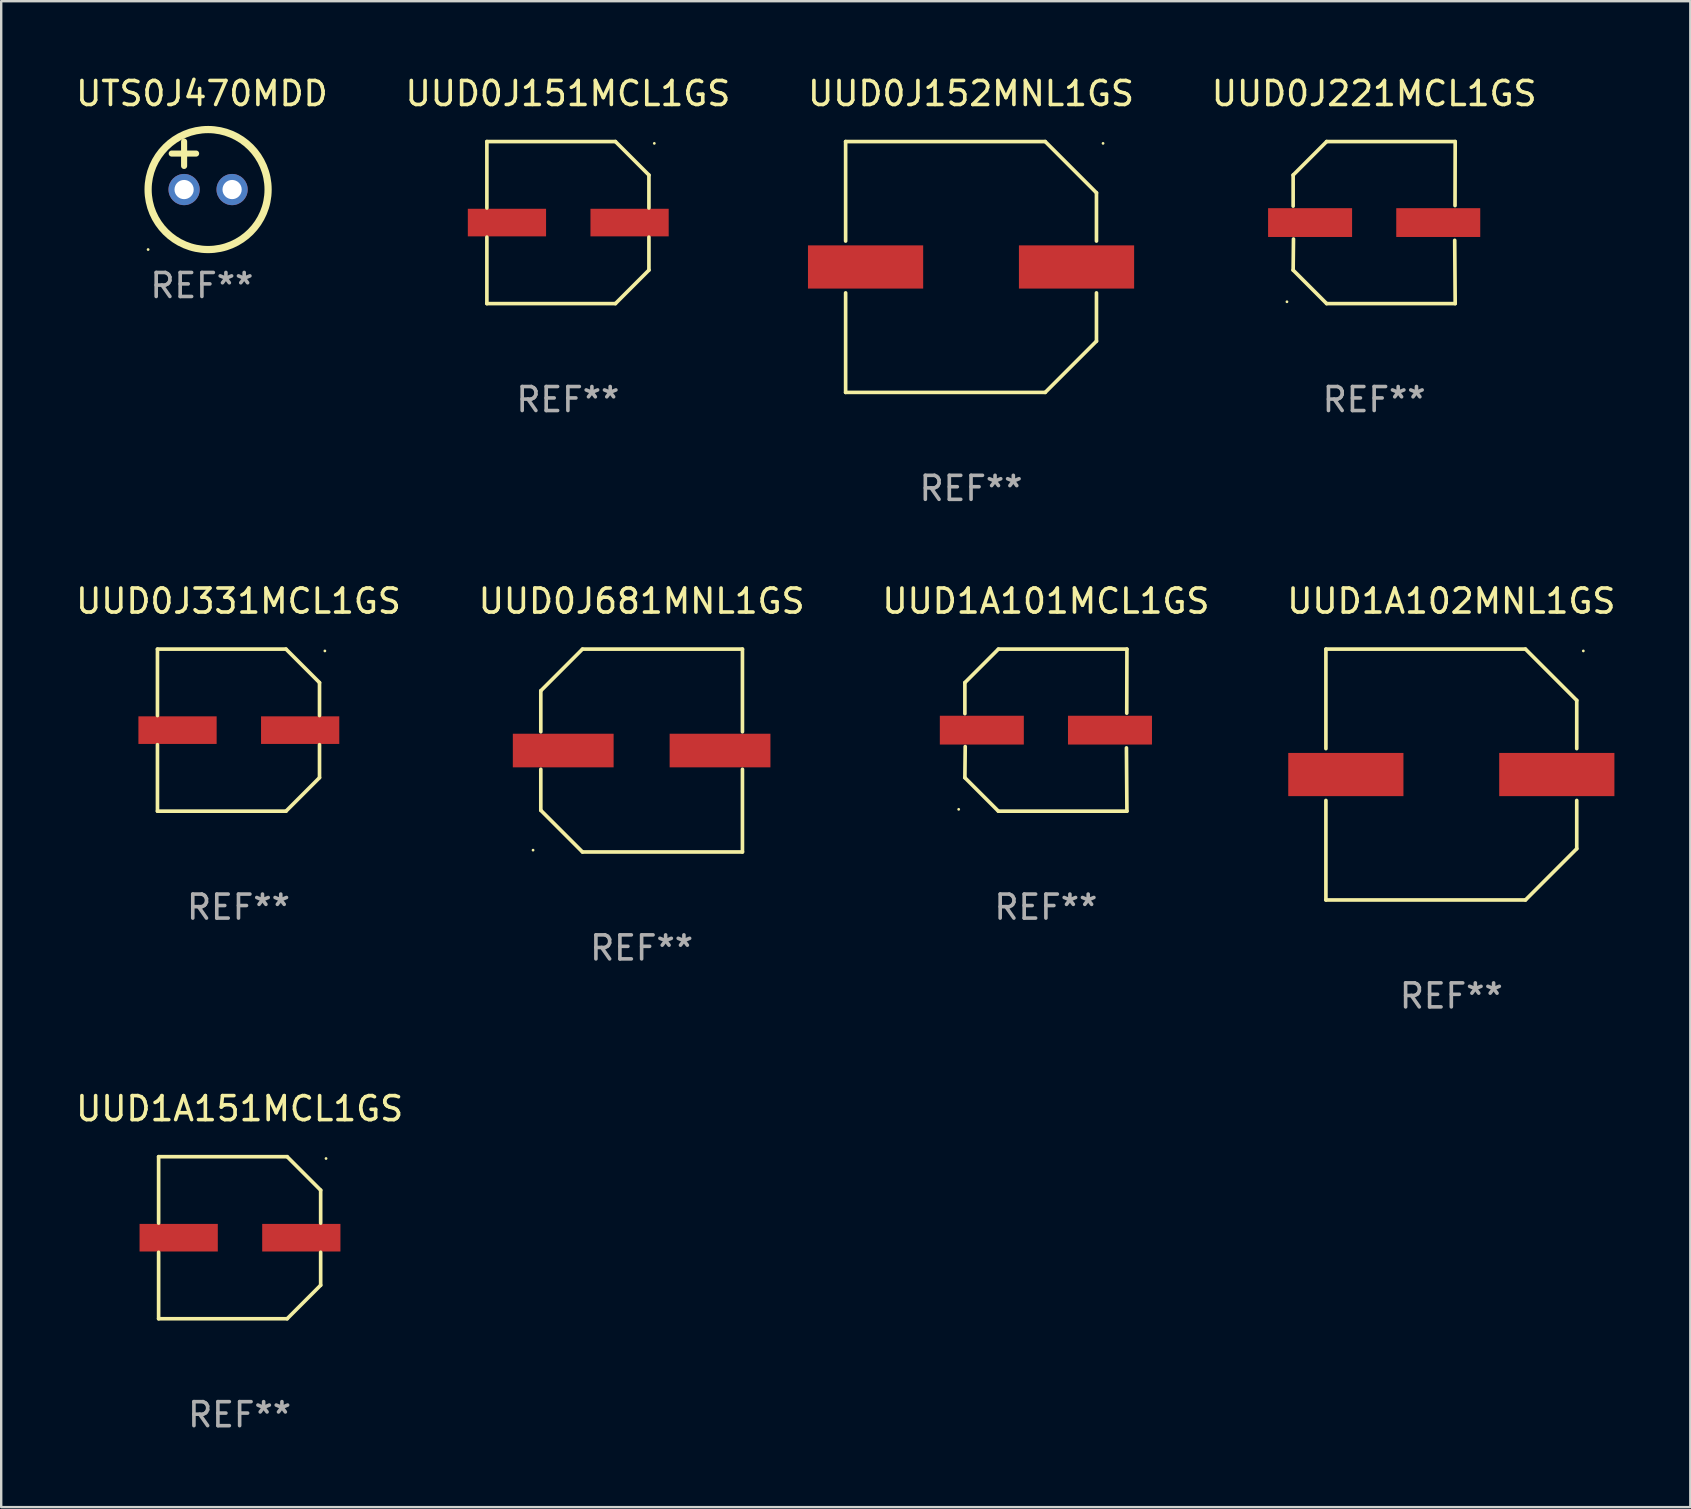
<source format=kicad_pcb>
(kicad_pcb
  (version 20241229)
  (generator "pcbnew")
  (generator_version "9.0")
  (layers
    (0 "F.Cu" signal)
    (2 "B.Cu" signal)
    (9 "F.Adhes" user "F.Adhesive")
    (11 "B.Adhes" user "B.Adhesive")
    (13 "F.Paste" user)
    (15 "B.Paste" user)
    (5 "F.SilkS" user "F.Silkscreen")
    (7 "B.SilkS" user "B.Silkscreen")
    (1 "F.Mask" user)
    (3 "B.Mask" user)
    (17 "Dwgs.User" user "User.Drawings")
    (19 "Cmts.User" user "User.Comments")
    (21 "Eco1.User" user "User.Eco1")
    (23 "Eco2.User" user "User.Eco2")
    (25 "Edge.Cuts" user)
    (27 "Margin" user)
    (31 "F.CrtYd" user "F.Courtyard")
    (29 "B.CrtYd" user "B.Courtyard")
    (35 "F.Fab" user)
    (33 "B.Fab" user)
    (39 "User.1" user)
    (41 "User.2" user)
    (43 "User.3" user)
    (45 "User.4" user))
  (footprint "UUD1A101MCL1GS"
    (layer "F.Cu")
    (at 40.53 27.373)
    (property "Reference" "UUD1A101MCL1GS" (at 0 -5.376 0) (layer "F.SilkS") (effects (font (size 1 1) (thickness 0.15))))
    (attr through_hole)
    (fp_line (start -3.376 -1.98) (end -3.376 -0.686) (stroke (width 0.152) (type solid)) (layer "F.SilkS"))
    (fp_line (start -3.376 1.981) (end -3.362 0.686) (stroke (width 0.152) (type solid)) (layer "F.SilkS"))
    (fp_line (start -1.981 3.376) (end -3.376 1.981) (stroke (width 0.152) (type solid)) (layer "F.SilkS"))
    (fp_line (start -1.98 -3.376) (end -3.376 -1.98) (stroke (width 0.152) (type solid)) (layer "F.SilkS"))
    (fp_line (start 3.356 0.74) (end 3.376 3.376) (stroke (width 0.152) (type solid)) (layer "F.SilkS"))
    (fp_line (start 3.369 -0.707) (end 3.376 -3.376) (stroke (width 0.152) (type solid)) (layer "F.SilkS"))
    (fp_line (start 3.376 3.376) (end -1.981 3.376) (stroke (width 0.152) (type solid)) (layer "F.SilkS"))
    (fp_line (start 3.376 -3.376) (end -1.98 -3.376) (stroke (width 0.152) (type solid)) (layer "F.SilkS"))
    (fp_circle (center -3.634 3.3) (end -3.604 3.3) (stroke (width 0.06) (type solid)) (fill no) (layer "F.SilkS"))
    (fp_text user "REF**" (at 0 7.376 0) (layer "F.Fab") (effects (font (size 1 1) (thickness 0.15))))
    (pad "1" smd rect (at -2.67 0.000254) (size 3.5 1.2) (layers "F.Cu" "F.Mask" "F.Paste"))
    (pad "2" smd rect (at 2.67 0.000254) (size 3.5 1.2) (layers "F.Cu" "F.Mask" "F.Paste")))
  (footprint "UUD1A102MNL1GS"
    (layer "F.Cu")
    (at 57.423 29.223)
    (property "Reference" "UUD1A102MNL1GS" (at 0 -7.226 0) (layer "F.SilkS") (effects (font (size 1 1) (thickness 0.15))))
    (attr through_hole)
    (fp_line (start -5.226 -5.226) (end -5.226 -1.08) (stroke (width 0.152) (type solid)) (layer "F.SilkS"))
    (fp_line (start -5.226 -5.226) (end 3.09 -5.226) (stroke (width 0.152) (type solid)) (layer "F.SilkS"))
    (fp_line (start -5.226 1.08) (end -5.226 5.226) (stroke (width 0.152) (type solid)) (layer "F.SilkS"))
    (fp_line (start -5.226 5.226) (end 3.09 5.226) (stroke (width 0.152) (type solid)) (layer "F.SilkS"))
    (fp_line (start 3.09 -5.226) (end 5.226 -3.09) (stroke (width 0.152) (type solid)) (layer "F.SilkS"))
    (fp_line (start 3.09 5.226) (end 5.226 3.09) (stroke (width 0.152) (type solid)) (layer "F.SilkS"))
    (fp_line (start 5.226 -1.08) (end 5.226 -3.09) (stroke (width 0.152) (type solid)) (layer "F.SilkS"))
    (fp_line (start 5.226 3.09) (end 5.226 1.08) (stroke (width 0.152) (type solid)) (layer "F.SilkS"))
    (fp_circle (center 5.5 -5.15) (end 5.53 -5.15) (stroke (width 0.06) (type solid)) (fill no) (layer "F.SilkS"))
    (fp_text user "REF**" (at 0 9.226 0) (layer "F.Fab") (effects (font (size 1 1) (thickness 0.15))))
    (pad "1" smd rect (at 4.395 0 180) (size 4.8 1.8) (layers "F.Cu" "F.Mask" "F.Paste"))
    (pad "2" smd rect (at -4.395 0 180) (size 4.8 1.8) (layers "F.Cu" "F.Mask" "F.Paste")))
  (footprint "UUD0J151MCL1GS"
    (layer "F.Cu")
    (at 20.613 6.224)
    (property "Reference" "UUD0J151MCL1GS" (at 0 -5.376 0) (layer "F.SilkS") (effects (font (size 1 1) (thickness 0.15))))
    (attr through_hole)
    (fp_line (start -3.376 -3.376) (end 1.98 -3.376) (stroke (width 0.152) (type solid)) (layer "F.SilkS"))
    (fp_line (start -3.376 -0.607) (end -3.376 -3.376) (stroke (width 0.152) (type solid)) (layer "F.SilkS"))
    (fp_line (start -3.376 0.607) (end -3.376 3.376) (stroke (width 0.152) (type solid)) (layer "F.SilkS"))
    (fp_line (start -3.376 3.376) (end 1.98 3.376) (stroke (width 0.152) (type solid)) (layer "F.SilkS"))
    (fp_line (start 1.98 -3.376) (end 3.376 -1.98) (stroke (width 0.152) (type solid)) (layer "F.SilkS"))
    (fp_line (start 1.98 3.376) (end 3.376 1.98) (stroke (width 0.152) (type solid)) (layer "F.SilkS"))
    (fp_line (start 3.376 -1.98) (end 3.376 -0.607) (stroke (width 0.152) (type solid)) (layer "F.SilkS"))
    (fp_line (start 3.376 1.98) (end 3.376 0.607) (stroke (width 0.152) (type solid)) (layer "F.SilkS"))
    (fp_circle (center 3.6 -3.3) (end 3.63 -3.3) (stroke (width 0.06) (type solid)) (fill no) (layer "F.SilkS"))
    (fp_text user "REF**" (at 0 7.376 0) (layer "F.Fab") (effects (font (size 1 1) (thickness 0.15))))
    (pad "1" smd rect (at 2.57 0 180) (size 3.26 1.15) (layers "F.Cu" "F.Mask" "F.Paste"))
    (pad "2" smd rect (at -2.54 0 180) (size 3.26 1.15) (layers "F.Cu" "F.Mask" "F.Paste")))
  (footprint "UUD0J681MNL1GS"
    (layer "F.Cu")
    (at 23.685 28.223)
    (property "Reference" "UUD0J681MNL1GS" (at 0 -6.226 0) (layer "F.SilkS") (effects (font (size 1 1) (thickness 0.15))))
    (attr through_hole)
    (fp_line (start -4.201 -2.49) (end -4.201 -0.782) (stroke (width 0.152) (type solid)) (layer "F.SilkS"))
    (fp_line (start -4.201 2.49) (end -4.201 0.782) (stroke (width 0.152) (type solid)) (layer "F.SilkS"))
    (fp_line (start -2.465 -4.226) (end -4.201 -2.49) (stroke (width 0.152) (type solid)) (layer "F.SilkS"))
    (fp_line (start -2.465 4.226) (end -4.201 2.49) (stroke (width 0.152) (type solid)) (layer "F.SilkS"))
    (fp_line (start 4.201 -4.226) (end -2.465 -4.226) (stroke (width 0.152) (type solid)) (layer "F.SilkS"))
    (fp_line (start 4.201 -0.782) (end 4.201 -4.226) (stroke (width 0.152) (type solid)) (layer "F.SilkS"))
    (fp_line (start 4.201 0.782) (end 4.201 4.226) (stroke (width 0.152) (type solid)) (layer "F.SilkS"))
    (fp_line (start 4.201 4.226) (end -2.465 4.226) (stroke (width 0.152) (type solid)) (layer "F.SilkS"))
    (fp_circle (center -4.524 4.15) (end -4.494 4.15) (stroke (width 0.06) (type solid)) (fill no) (layer "F.SilkS"))
    (fp_text user "REF**" (at 0 8.226 0) (layer "F.Fab") (effects (font (size 1 1) (thickness 0.15))))
    (pad "1" smd rect (at -3.267 0) (size 4.2 1.4) (layers "F.Cu" "F.Mask" "F.Paste"))
    (pad "2" smd rect (at 3.267 0) (size 4.2 1.4) (layers "F.Cu" "F.Mask" "F.Paste")))
  (footprint "UUD0J152MNL1GS"
    (layer "F.Cu")
    (at 37.411 8.074)
    (property "Reference" "UUD0J152MNL1GS" (at 0 -7.226 0) (layer "F.SilkS") (effects (font (size 1 1) (thickness 0.15))))
    (attr through_hole)
    (fp_line (start -5.226 -5.226) (end -5.226 -1.08) (stroke (width 0.152) (type solid)) (layer "F.SilkS"))
    (fp_line (start -5.226 -5.226) (end 3.09 -5.226) (stroke (width 0.152) (type solid)) (layer "F.SilkS"))
    (fp_line (start -5.226 1.08) (end -5.226 5.226) (stroke (width 0.152) (type solid)) (layer "F.SilkS"))
    (fp_line (start -5.226 5.226) (end 3.09 5.226) (stroke (width 0.152) (type solid)) (layer "F.SilkS"))
    (fp_line (start 3.09 -5.226) (end 5.226 -3.09) (stroke (width 0.152) (type solid)) (layer "F.SilkS"))
    (fp_line (start 3.09 5.226) (end 5.226 3.09) (stroke (width 0.152) (type solid)) (layer "F.SilkS"))
    (fp_line (start 5.226 -1.08) (end 5.226 -3.09) (stroke (width 0.152) (type solid)) (layer "F.SilkS"))
    (fp_line (start 5.226 3.09) (end 5.226 1.08) (stroke (width 0.152) (type solid)) (layer "F.SilkS"))
    (fp_circle (center 5.5 -5.15) (end 5.53 -5.15) (stroke (width 0.06) (type solid)) (fill no) (layer "F.SilkS"))
    (fp_text user "REF**" (at 0 9.226 0) (layer "F.Fab") (effects (font (size 1 1) (thickness 0.15))))
    (pad "1" smd rect (at 4.395 0 180) (size 4.8 1.8) (layers "F.Cu" "F.Mask" "F.Paste"))
    (pad "2" smd rect (at -4.395 0 180) (size 4.8 1.8) (layers "F.Cu" "F.Mask" "F.Paste")))
  (footprint "UUD0J221MCL1GS"
    (layer "F.Cu")
    (at 54.208 6.224)
    (property "Reference" "UUD0J221MCL1GS" (at 0 -5.376 0) (layer "F.SilkS") (effects (font (size 1 1) (thickness 0.15))))
    (attr through_hole)
    (fp_line (start -3.376 -1.98) (end -3.376 -0.686) (stroke (width 0.152) (type solid)) (layer "F.SilkS"))
    (fp_line (start -3.376 1.981) (end -3.362 0.686) (stroke (width 0.152) (type solid)) (layer "F.SilkS"))
    (fp_line (start -1.981 3.376) (end -3.376 1.981) (stroke (width 0.152) (type solid)) (layer "F.SilkS"))
    (fp_line (start -1.98 -3.376) (end -3.376 -1.98) (stroke (width 0.152) (type solid)) (layer "F.SilkS"))
    (fp_line (start 3.356 0.74) (end 3.376 3.376) (stroke (width 0.152) (type solid)) (layer "F.SilkS"))
    (fp_line (start 3.369 -0.707) (end 3.376 -3.376) (stroke (width 0.152) (type solid)) (layer "F.SilkS"))
    (fp_line (start 3.376 3.376) (end -1.981 3.376) (stroke (width 0.152) (type solid)) (layer "F.SilkS"))
    (fp_line (start 3.376 -3.376) (end -1.98 -3.376) (stroke (width 0.152) (type solid)) (layer "F.SilkS"))
    (fp_circle (center -3.634 3.3) (end -3.604 3.3) (stroke (width 0.06) (type solid)) (fill no) (layer "F.SilkS"))
    (fp_text user "REF**" (at 0 7.376 0) (layer "F.Fab") (effects (font (size 1 1) (thickness 0.15))))
    (pad "1" smd rect (at -2.67 0.000254) (size 3.5 1.2) (layers "F.Cu" "F.Mask" "F.Paste"))
    (pad "2" smd rect (at 2.67 0.000254) (size 3.5 1.2) (layers "F.Cu" "F.Mask" "F.Paste")))
  (footprint "UTS0J470MDD"
    (layer "F.Cu")
    (at 5.363 3.848)
    (property "Reference" "UTS0J470MDD" (at 0 -3 0) (layer "F.SilkS") (effects (font (size 1 1) (thickness 0.15))))
    (attr through_hole)
    (fp_line (start -1.258 -0.5) (end -0.242 -0.5) (stroke (width 0.254) (type solid)) (layer "F.SilkS"))
    (fp_line (start -0.742 -1) (end -0.742 0.016) (stroke (width 0.254) (type solid)) (layer "F.SilkS"))
    (fp_circle (center -2.242 3.5) (end -2.212 3.5) (stroke (width 0.06) (type solid)) (fill no) (layer "F.SilkS"))
    (fp_circle (center 0.258 1) (end 2.758 1) (stroke (width 0.3) (type solid)) (fill no) (layer "F.SilkS"))
    (fp_text user "REF**" (at 0 5 0) (layer "F.Fab") (effects (font (size 1 1) (thickness 0.15))))
    (pad "1" thru_hole circle (at -0.742 1) (size 1.3 1.3) (drill 0.8) (layers "*.Cu" "*.Mask"))
    (pad "2" thru_hole circle (at 1.258 1) (size 1.3 1.3) (drill 0.8) (layers "*.Cu" "*.Mask")))
  (footprint "UUD1A151MCL1GS"
    (layer "F.Cu")
    (at 6.935 48.522)
    (property "Reference" "UUD1A151MCL1GS" (at 0 -5.376 0) (layer "F.SilkS") (effects (font (size 1 1) (thickness 0.15))))
    (attr through_hole)
    (fp_line (start -3.376 -3.376) (end 1.98 -3.376) (stroke (width 0.152) (type solid)) (layer "F.SilkS"))
    (fp_line (start -3.376 -0.607) (end -3.376 -3.376) (stroke (width 0.152) (type solid)) (layer "F.SilkS"))
    (fp_line (start -3.376 0.607) (end -3.376 3.376) (stroke (width 0.152) (type solid)) (layer "F.SilkS"))
    (fp_line (start -3.376 3.376) (end 1.98 3.376) (stroke (width 0.152) (type solid)) (layer "F.SilkS"))
    (fp_line (start 1.98 -3.376) (end 3.376 -1.98) (stroke (width 0.152) (type solid)) (layer "F.SilkS"))
    (fp_line (start 1.98 3.376) (end 3.376 1.98) (stroke (width 0.152) (type solid)) (layer "F.SilkS"))
    (fp_line (start 3.376 -1.98) (end 3.376 -0.607) (stroke (width 0.152) (type solid)) (layer "F.SilkS"))
    (fp_line (start 3.376 1.98) (end 3.376 0.607) (stroke (width 0.152) (type solid)) (layer "F.SilkS"))
    (fp_circle (center 3.6 -3.3) (end 3.63 -3.3) (stroke (width 0.06) (type solid)) (fill no) (layer "F.SilkS"))
    (fp_text user "REF**" (at 0 7.376 0) (layer "F.Fab") (effects (font (size 1 1) (thickness 0.15))))
    (pad "1" smd rect (at 2.57 0 180) (size 3.26 1.15) (layers "F.Cu" "F.Mask" "F.Paste"))
    (pad "2" smd rect (at -2.54 0 180) (size 3.26 1.15) (layers "F.Cu" "F.Mask" "F.Paste")))
  (footprint "UUD0J331MCL1GS"
    (layer "F.Cu")
    (at 6.887 27.373)
    (property "Reference" "UUD0J331MCL1GS" (at 0 -5.376 0) (layer "F.SilkS") (effects (font (size 1 1) (thickness 0.15))))
    (attr through_hole)
    (fp_line (start -3.376 -3.376) (end 1.98 -3.376) (stroke (width 0.152) (type solid)) (layer "F.SilkS"))
    (fp_line (start -3.376 -0.607) (end -3.376 -3.376) (stroke (width 0.152) (type solid)) (layer "F.SilkS"))
    (fp_line (start -3.376 0.607) (end -3.376 3.376) (stroke (width 0.152) (type solid)) (layer "F.SilkS"))
    (fp_line (start -3.376 3.376) (end 1.98 3.376) (stroke (width 0.152) (type solid)) (layer "F.SilkS"))
    (fp_line (start 1.98 -3.376) (end 3.376 -1.98) (stroke (width 0.152) (type solid)) (layer "F.SilkS"))
    (fp_line (start 1.98 3.376) (end 3.376 1.98) (stroke (width 0.152) (type solid)) (layer "F.SilkS"))
    (fp_line (start 3.376 -1.98) (end 3.376 -0.607) (stroke (width 0.152) (type solid)) (layer "F.SilkS"))
    (fp_line (start 3.376 1.98) (end 3.376 0.607) (stroke (width 0.152) (type solid)) (layer "F.SilkS"))
    (fp_circle (center 3.6 -3.3) (end 3.63 -3.3) (stroke (width 0.06) (type solid)) (fill no) (layer "F.SilkS"))
    (fp_text user "REF**" (at 0 7.376 0) (layer "F.Fab") (effects (font (size 1 1) (thickness 0.15))))
    (pad "1" smd rect (at 2.57 0 180) (size 3.26 1.15) (layers "F.Cu" "F.Mask" "F.Paste"))
    (pad "2" smd rect (at -2.54 0 180) (size 3.26 1.15) (layers "F.Cu" "F.Mask" "F.Paste")))
  (gr_rect
    (start -3 -3)
    (end 67.381 59.747)
    (stroke (width 0.1) (type default))
    (fill no)
    (layer "Edge.Cuts")))
</source>
